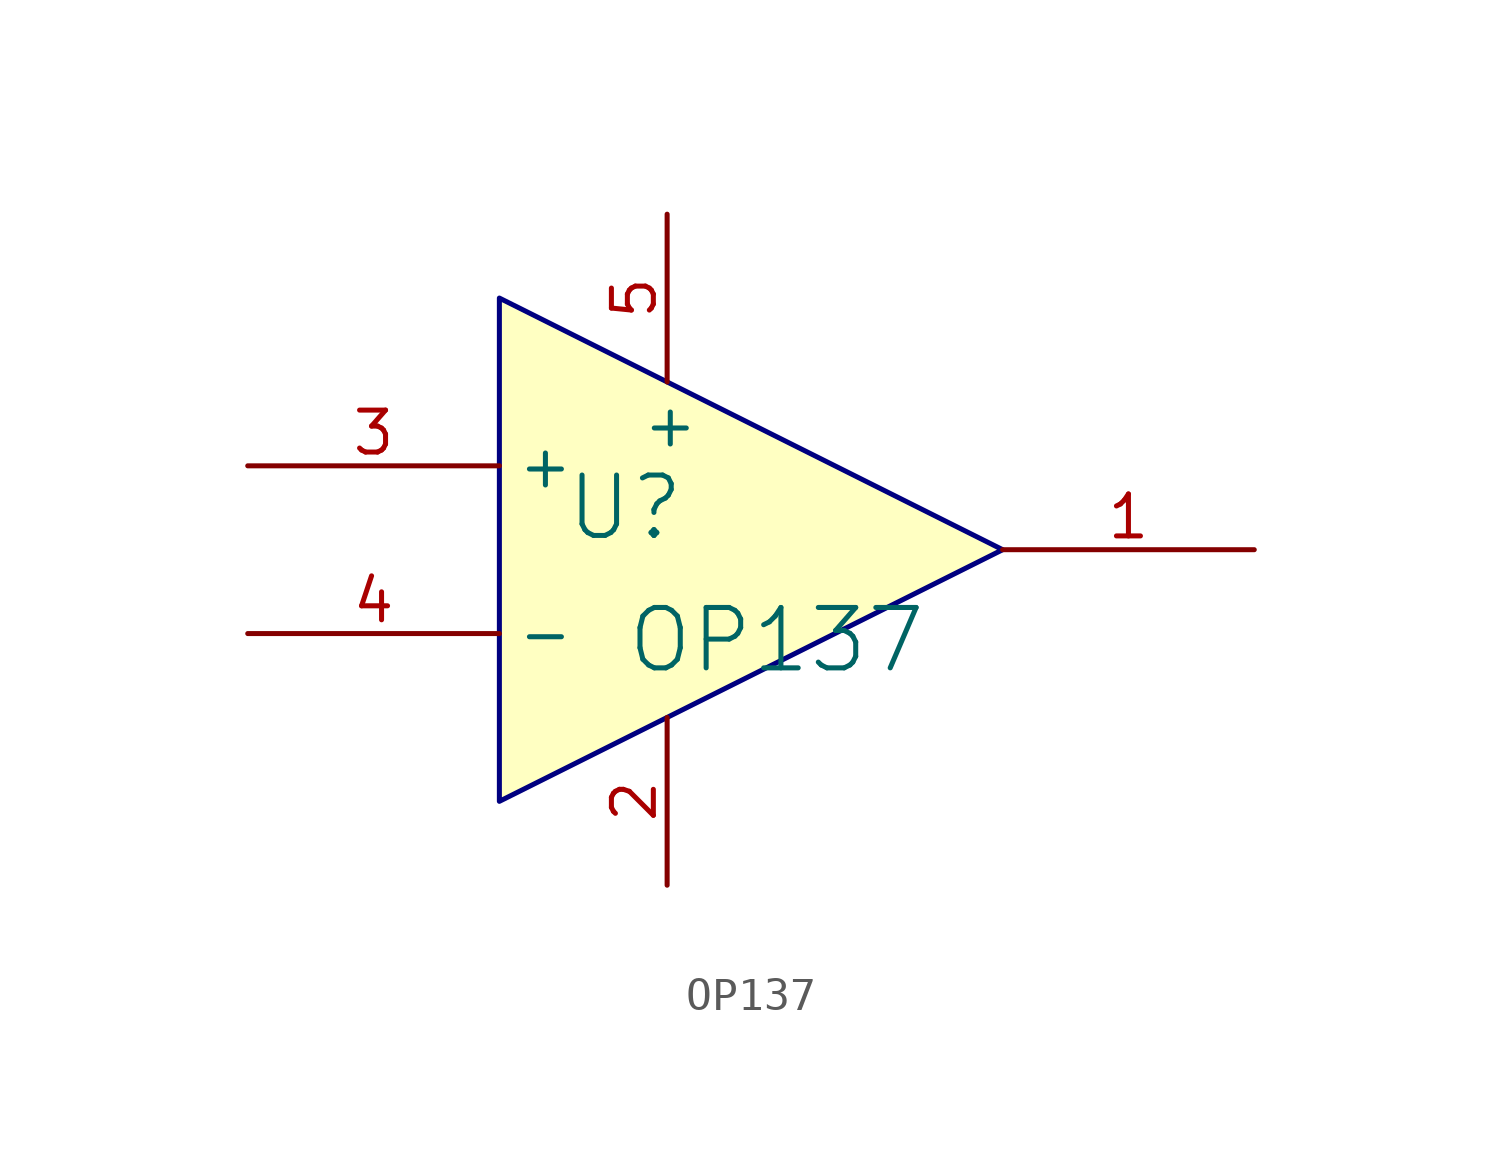
<source format=kicad_sym>
(kicad_symbol_lib
  (version 20241209)
  (generator "kicad_symbol_editor")
  (generator_version "9.0")
  (symbol "OP137"
    (property "Reference" "U"
      (at -1.27 1.27 0)
      (effects (font (size 1.829 1.829))))
    (property "Value" "OP137"
      (at -1.27 -3.81 0)
      (effects (font (size 1.829 1.829)) (justify left bottom)))
    (symbol "OP137_1_0"
      (polyline (pts (xy -5.08 7.62) (xy -5.08 -7.62) (xy 10.16 0) (xy -5.08 7.62)) (stroke (width 0) (type solid) (color 0 0 128 1)) (fill (type background)))
      (pin passive line (at -12.7 2.54 0) (length 7.62) (name "+" (effects (font (size 1.27 1.27)))) (number "3" (effects (font (size 1.27 1.27)))))
      (pin passive line (at -12.7 -2.54 0) (length 7.62) (name "-" (effects (font (size 1.27 1.27)))) (number "4" (effects (font (size 1.27 1.27)))))
      (pin passive line (at 0 10.16 270) (length 5.08) (name "+" (effects (font (size 1.27 1.27)))) (number "5" (effects (font (size 1.27 1.27)))))
      (pin passive line (at 0 -10.16 90) (length 5.08) (name "V-" (effects (font (size 0 0)))) (number "2" (effects (font (size 1.27 1.27)))))
      (pin passive line (at 17.78 0 180) (length 7.62) (name "Vout" (effects (font (size 0 0)))) (number "1" (effects (font (size 1.27 1.27))))))))
</source>
